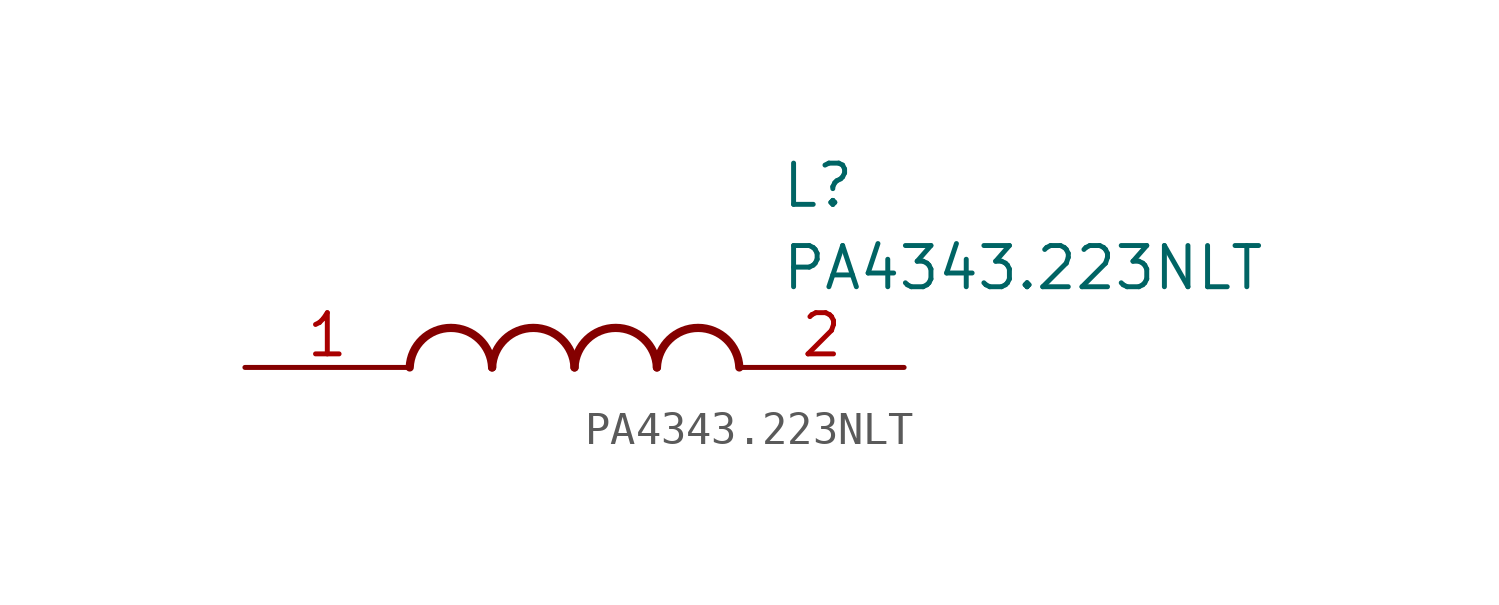
<source format=kicad_sym>
(kicad_symbol_lib
  (version 20211014)
  (generator SamacSys_ECAD_Model)
  (symbol "PA4343.223NLT"
    (pin_names hide)
    (property "Reference" "L"
      (at 16.51 6.35 0)
      (effects (font (size 1.27 1.27)) (justify left top)))
    (property "Value" "PA4343.223NLT"
      (at 16.51 3.81 0)
      (effects (font (size 1.27 1.27)) (justify left top)))
    (arc
      (start 7.62 0)
      (mid 6.35 1.219)
      (end 5.08 0)
      (stroke (width 0.254) (type default))
      (fill (type none)))
    (arc
      (start 10.16 0)
      (mid 8.89 1.219)
      (end 7.62 0)
      (stroke (width 0.254) (type default))
      (fill (type none)))
    (arc
      (start 12.7 0)
      (mid 11.43 1.219)
      (end 10.16 0)
      (stroke (width 0.254) (type default))
      (fill (type none)))
    (arc
      (start 15.24 0)
      (mid 13.97 1.219)
      (end 12.7 0)
      (stroke (width 0.254) (type default))
      (fill (type none)))
    (pin passive line
      (at 0 0 0)
      (length 5.08)
      (name "1" (effects (font (size 1.27 1.27))))
      (number "1" (effects (font (size 1.27 1.27)))))
    (pin passive line
      (at 20.32 0 180)
      (length 5.08)
      (name "2" (effects (font (size 1.27 1.27))))
      (number "2" (effects (font (size 1.27 1.27)))))))
</source>
